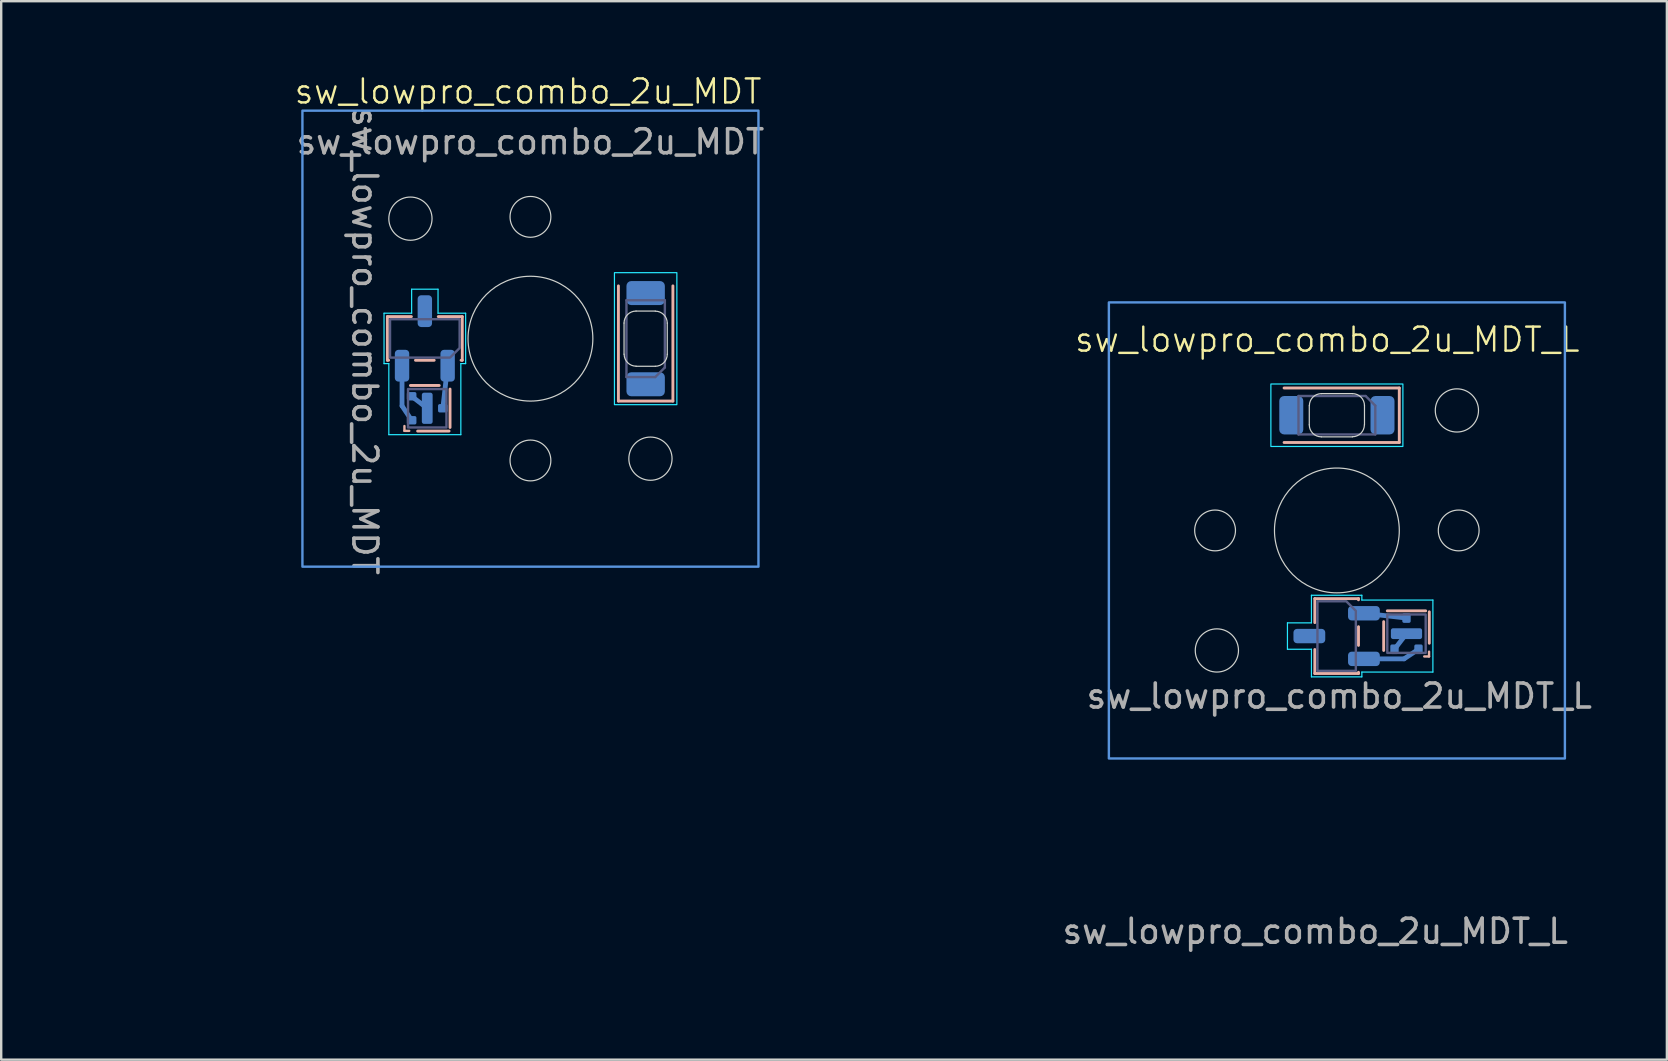
<source format=kicad_pcb>
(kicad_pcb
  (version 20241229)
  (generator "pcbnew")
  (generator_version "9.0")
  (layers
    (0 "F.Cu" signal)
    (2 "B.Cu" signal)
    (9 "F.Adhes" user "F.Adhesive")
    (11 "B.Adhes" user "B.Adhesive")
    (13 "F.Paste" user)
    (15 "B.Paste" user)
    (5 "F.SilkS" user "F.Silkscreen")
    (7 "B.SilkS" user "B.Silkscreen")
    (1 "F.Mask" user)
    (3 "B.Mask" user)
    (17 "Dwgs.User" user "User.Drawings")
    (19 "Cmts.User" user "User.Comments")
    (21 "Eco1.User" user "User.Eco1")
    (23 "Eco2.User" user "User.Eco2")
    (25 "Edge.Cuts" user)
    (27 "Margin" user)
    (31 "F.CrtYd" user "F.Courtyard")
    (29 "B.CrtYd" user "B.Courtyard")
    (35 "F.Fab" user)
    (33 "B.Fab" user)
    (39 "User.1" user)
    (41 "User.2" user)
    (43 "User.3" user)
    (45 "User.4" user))
  (footprint "sw_lowpro_combo_2u_MDT_L"
    (layer "F.Cu")
    (at 52.649 19.05)
    (property "Reference" "sw_lowpro_combo_2u_MDT_L" (at -0.4 -7.95 0) (unlocked yes) (layer "F.SilkS") (effects (font (size 1 1) (thickness 0.1))))
    (attr smd)
    (fp_line (start 1.127 3.45) (end 2.9 3.65) (stroke (width 0.2) (type default)) (layer "B.Cu"))
    (fp_line (start 2.4 4.95) (end 2.9 4.3) (stroke (width 0.2) (type default)) (layer "B.Cu"))
    (fp_line (start 2.8 5.35) (end 1.127 5.35) (stroke (width 0.2) (type solid)) (layer "B.Cu"))
    (fp_line (start 3.4 4.95) (end 2.8 5.35) (stroke (width 0.2) (type default)) (layer "B.Cu"))
    (fp_line (start -2.2 -5.935) (end 2.6 -5.935) (stroke (width 0.12) (type solid)) (layer "B.SilkS"))
    (fp_line (start -0.92 2.84) (end -0.92 3.84) (stroke (width 0.12) (type solid)) (layer "B.SilkS"))
    (fp_line (start -0.92 4.96) (end -0.92 5.96) (stroke (width 0.12) (type solid)) (layer "B.SilkS"))
    (fp_line (start -0.92 5.96) (end 0.9 5.96) (stroke (width 0.12) (type solid)) (layer "B.SilkS"))
    (fp_line (start 0.9 2.84) (end -0.92 2.84) (stroke (width 0.12) (type solid)) (layer "B.SilkS"))
    (fp_line (start 0.9 2.89) (end 0.9 2.84) (stroke (width 0.12) (type solid)) (layer "B.SilkS"))
    (fp_line (start 0.9 4.79) (end 0.9 4.01) (stroke (width 0.12) (type solid)) (layer "B.SilkS"))
    (fp_line (start 0.9 5.96) (end 0.9 5.91) (stroke (width 0.12) (type solid)) (layer "B.SilkS"))
    (fp_line (start 1.95 3.8) (end 1.95 5) (stroke (width 0.12) (type solid)) (layer "B.SilkS"))
    (fp_line (start 2.6 -5.935) (end 2.6 -3.665) (stroke (width 0.12) (type solid)) (layer "B.SilkS"))
    (fp_line (start 2.6 -3.665) (end -2.2 -3.665) (stroke (width 0.12) (type solid)) (layer "B.SilkS"))
    (fp_line (start 3.64 5.25) (end 3.84 5.25) (stroke (width 0.1) (type default)) (layer "B.SilkS"))
    (fp_line (start 3.7 3.35) (end 2.1 3.35) (stroke (width 0.12) (type solid)) (layer "B.SilkS"))
    (fp_line (start 3.84 5.25) (end 3.84 5.05) (stroke (width 0.1) (type default)) (layer "B.SilkS"))
    (fp_line (start 3.85 4.7) (end 3.85 3.39) (stroke (width 0.12) (type solid)) (layer "B.SilkS"))
    (fp_rect (start -9.5 -9.5) (end 9.5 9.5) (stroke (width 0.1) (type solid)) (fill no) (layer "Cmts.User"))
    (fp_circle (center 0 0) (end 2.5 0) (stroke (width 0.1) (type default)) (fill no) (layer "Eco1.User"))
    (fp_line (start -1.15 -5.2) (end -1.15 -4.4) (stroke (width 0.05) (type default)) (layer "Edge.Cuts"))
    (fp_line (start -0.65 -3.9) (end 0.65 -3.9) (stroke (width 0.05) (type solid)) (layer "Edge.Cuts"))
    (fp_line (start 0.65 -5.7) (end -0.65 -5.7) (stroke (width 0.05) (type solid)) (layer "Edge.Cuts"))
    (fp_line (start 1.15 -4.4) (end 1.15 -5.2) (stroke (width 0.05) (type solid)) (layer "Edge.Cuts"))
    (fp_arc (start -1.146447 -5.2) (mid -1 -5.553553) (end -0.646447 -5.7) (stroke (width 0.05) (type default)) (layer "Edge.Cuts"))
    (fp_arc (start -0.65 -3.9) (mid -1.003553 -4.046447) (end -1.15 -4.4) (stroke (width 0.05) (type default)) (layer "Edge.Cuts"))
    (fp_arc (start 0.650001 -5.700001) (mid 1.003554 -5.553554) (end 1.150001 -5.200001) (stroke (width 0.05) (type default)) (layer "Edge.Cuts"))
    (fp_arc (start 1.146447 -4.403553) (mid 1 -4.05) (end 0.646447 -3.903553) (stroke (width 0.05) (type default)) (layer "Edge.Cuts"))
    (fp_circle (center -5.075 0) (end -4.225 0) (stroke (width 0.05) (type solid)) (fill no) (layer "Edge.Cuts"))
    (fp_circle (center -5 5) (end -4.1 5) (stroke (width 0.05) (type solid)) (fill no) (layer "Edge.Cuts"))
    (fp_circle (center 0 0) (end 2.6 0) (stroke (width 0.05) (type solid)) (fill no) (layer "Edge.Cuts"))
    (fp_circle (center 5 -5) (end 5.9 -5) (stroke (width 0.05) (type solid)) (fill no) (layer "Edge.Cuts"))
    (fp_circle (center 5.075 0) (end 5.925 0) (stroke (width 0.05) (type solid)) (fill no) (layer "Edge.Cuts"))
    (fp_line (start -2.06 3.85) (end -2.06 4.95) (stroke (width 0.05) (type solid)) (layer "B.CrtYd"))
    (fp_line (start -2.06 4.95) (end -1.06 4.95) (stroke (width 0.05) (type solid)) (layer "B.CrtYd"))
    (fp_line (start -1.06 2.7) (end -1.06 3.85) (stroke (width 0.05) (type solid)) (layer "B.CrtYd"))
    (fp_line (start -1.06 3.85) (end -2.06 3.85) (stroke (width 0.05) (type solid)) (layer "B.CrtYd"))
    (fp_line (start -1.06 4.95) (end -1.06 6.1) (stroke (width 0.05) (type solid)) (layer "B.CrtYd"))
    (fp_line (start -1.06 6.1) (end 1.04 6.1) (stroke (width 0.05) (type solid)) (layer "B.CrtYd"))
    (fp_line (start 1.04 2.7) (end -1.06 2.7) (stroke (width 0.05) (type solid)) (layer "B.CrtYd"))
    (fp_line (start 1.04 2.9) (end 1.04 2.7) (stroke (width 0.05) (type solid)) (layer "B.CrtYd"))
    (fp_line (start 1.04 5.9) (end 4 5.9) (stroke (width 0.05) (type solid)) (layer "B.CrtYd"))
    (fp_line (start 1.04 6.1) (end 1.04 5.9) (stroke (width 0.05) (type solid)) (layer "B.CrtYd"))
    (fp_line (start 4 2.9) (end 1.04 2.9) (stroke (width 0.05) (type solid)) (layer "B.CrtYd"))
    (fp_line (start 4 5.9) (end 4 2.9) (stroke (width 0.05) (type solid)) (layer "B.CrtYd"))
    (fp_rect (start -2.75 -6.1) (end 2.75 -3.5) (stroke (width 0.05) (type solid)) (fill no) (layer "B.CrtYd"))
    (fp_line (start -1.6 -5.6) (end 1.2 -5.6) (stroke (width 0.1) (type solid)) (layer "B.Fab"))
    (fp_line (start -1.6 -4) (end -1.6 -5.6) (stroke (width 0.1) (type solid)) (layer "B.Fab"))
    (fp_line (start 1.2 -5.6) (end 1.6 -5.2) (stroke (width 0.1) (type solid)) (layer "B.Fab"))
    (fp_line (start 1.6 -5.2) (end 1.6 -4) (stroke (width 0.1) (type solid)) (layer "B.Fab"))
    (fp_line (start 1.6 -4) (end -1.6 -4) (stroke (width 0.1) (type solid)) (layer "B.Fab"))
    (fp_rect (start 2.1 3.5) (end 3.7 5.1) (stroke (width 0.1) (type solid)) (fill no) (layer "B.Fab"))
    (fp_poly (pts (xy 0.79 3.35) (xy 0.79 5.85) (xy -0.81 5.85) (xy -0.81 2.95) (xy 0.39 2.95)) (stroke (width 0.1) (type solid)) (fill no) (layer "B.Fab"))
    (fp_rect (start -9.5 -19) (end 9.5 19) (stroke (width 0.1) (type default)) (fill no) (layer "User.2"))
    (fp_rect (start -2.5 -6) (end 2.5 -3.5) (stroke (width 0.1) (type solid)) (fill no) (layer "User.2"))
    (fp_line (start -9.97 14.6) (end -9.97 9.4) (stroke (width 0.12) (type solid)) (layer "User.3"))
    (fp_line (start -9.9 -14.6) (end -9.9 -9.4) (stroke (width 0.12) (type solid)) (layer "User.3"))
    (fp_line (start -9.5 -15) (end 5.33 -15) (stroke (width 0.12) (type solid)) (layer "User.3"))
    (fp_line (start -9.5 -9) (end 5.33 -9) (stroke (width 0.12) (type solid)) (layer "User.3"))
    (fp_line (start -9.5 9) (end 5.33 9) (stroke (width 0.12) (type solid)) (layer "User.3"))
    (fp_line (start -9.5 15) (end 5.33 15) (stroke (width 0.12) (type solid)) (layer "User.3"))
    (fp_line (start 5.73 -9.4) (end 5.73 -14.6) (stroke (width 0.12) (type solid)) (layer "User.3"))
    (fp_line (start 5.73 14.6) (end 5.73 9.4) (stroke (width 0.12) (type solid)) (layer "User.3"))
    (fp_rect (start -9.5 -9.5) (end 9.5 9.5) (stroke (width 0.12) (type solid)) (fill no) (layer "User.3"))
    (fp_arc (start -9.97 9.4) (mid -9.852842 9.117157) (end -9.569999 9) (stroke (width 0.12) (type solid)) (layer "User.3"))
    (fp_arc (start -9.9 -14.6) (mid -9.782843 -14.882843) (end -9.5 -15) (stroke (width 0.12) (type solid)) (layer "User.3"))
    (fp_arc (start -9.57 15) (mid -9.852843 14.882842) (end -9.97 14.599999) (stroke (width 0.12) (type solid)) (layer "User.3"))
    (fp_arc (start -9.5 -9) (mid -9.782843 -9.117157) (end -9.9 -9.4) (stroke (width 0.12) (type solid)) (layer "User.3"))
    (fp_arc (start 5.33 -15) (mid 5.612843 -14.882843) (end 5.73 -14.6) (stroke (width 0.12) (type solid)) (layer "User.3"))
    (fp_arc (start 5.33 9) (mid 5.612843 9.117157) (end 5.73 9.4) (stroke (width 0.12) (type solid)) (layer "User.3"))
    (fp_arc (start 5.73 -9.4) (mid 5.612843 -9.117157) (end 5.33 -9) (stroke (width 0.12) (type solid)) (layer "User.3"))
    (fp_arc (start 5.73 14.6) (mid 5.612843 14.882843) (end 5.33 15) (stroke (width 0.12) (type solid)) (layer "User.3"))
    (fp_line (start -7 -7) (end 7 -7) (stroke (width 0.1) (type solid)) (layer "User.4"))
    (fp_line (start -7 7) (end -7 -7) (stroke (width 0.1) (type solid)) (layer "User.4"))
    (fp_line (start -1.905 4.3) (end 1.905 4.3) (stroke (width 0.1) (type solid)) (layer "User.4"))
    (fp_line (start 0 3.25) (end 0 5.75) (stroke (width 0.1) (type solid)) (layer "User.4"))
    (fp_line (start 7 -7) (end 7 7) (stroke (width 0.1) (type solid)) (layer "User.4"))
    (fp_line (start 7 7) (end -7 7) (stroke (width 0.1) (type solid)) (layer "User.4"))
    (fp_rect (start -1.905 3.3) (end 1.905 5.3) (stroke (width 0.1) (type solid)) (fill no) (layer "User.4"))
    (fp_circle (center 0 4.5) (end 1.25 4.5) (stroke (width 0.1) (type solid)) (fill no) (layer "User.4"))
    (fp_text user "${REFERENCE}" (at -0.9 16.7 180) (layer "F.Fab") (effects (font (size 1 1) (thickness 0.15))))
    (fp_text user "${REFERENCE}" (at 0.1 6.9 0) (unlocked yes) (layer "F.Fab") (effects (font (size 1 1) (thickness 0.15))))
    (pad "1" smd roundrect (at 1.127 3.45) (size 1.325 0.6) (layers "B.Cu" "B.Mask" "B.Paste") (roundrect_rratio 0.25))
    (pad "1" smd roundrect (at 2.9 3.65 270) (size 0.4 0.35) (layers "B.Cu" "B.Mask" "B.Paste") (roundrect_rratio 0.2))
    (pad "2" smd roundrect (at 1.127 5.35) (size 1.325 0.6) (layers "B.Cu" "B.Mask" "B.Paste") (roundrect_rratio 0.25))
    (pad "2" smd roundrect (at 3.4 4.95 270) (size 0.4 0.35) (layers "B.Cu" "B.Mask" "B.Paste") (roundrect_rratio 0.2))
    (pad "3" smd roundrect (at -1.147 4.4) (size 1.325 0.6) (layers "B.Cu" "B.Mask" "B.Paste") (roundrect_rratio 0.25))
    (pad "3" smd roundrect (at 2.4 4.95 270) (size 0.4 0.35) (layers "B.Cu" "B.Mask" "B.Paste") (roundrect_rratio 0.2))
    (pad "3" smd roundrect (at 2.9 4.3 270) (size 0.45 1.3) (layers "B.Cu" "B.Mask" "B.Paste") (roundrect_rratio 0.2))
    (pad "4" smd roundrect (at 1.9 -4.8) (size 1 1.6) (layers "B.Cu" "B.Mask" "B.Paste") (roundrect_rratio 0.2))
    (pad "5" smd roundrect (at -1.9 -4.8) (size 1 1.6) (layers "B.Cu" "B.Mask" "B.Paste") (roundrect_rratio 0.2))
    (zone (net_name "") (layers "F.Cu" "B.Cu") (hatch edge 0.5) (connect_pads) (min_thickness 0.25) (filled_areas_thickness no) (keepout (tracks allowed) (vias allowed) (pads allowed) (copperpour not_allowed) (footprints allowed)) (placement (enabled no)) (fill) (polygon (pts (xy 45.649 19.05) (xy 59.649 19.05) (xy 59.649 28.55) (xy 45.649 28.55))))
    (zone (net_name "") (layer "User.6") (hatch edge 0.5) (connect_pads) (min_thickness 0.25) (filled_areas_thickness no) (keepout (tracks allowed) (vias allowed) (pads allowed) (copperpour not_allowed) (footprints allowed)) (placement (enabled no)) (fill) (polygon (pts (xy 45.649 19.05) (xy 59.649 19.05) (xy 59.649 28.55) (xy 45.749 28.55)))))
  (footprint "sw_lowpro_combo_2u_MDT"
    (layer "F.Cu")
    (at 19.05 11.06)
    (property "Reference" "sw_lowpro_combo_2u_MDT" (at -0.1 -10.3 0) (unlocked yes) (layer "F.SilkS") (effects (font (size 1 1) (thickness 0.1))))
    (attr smd)
    (fp_line (start -5.35 2.8) (end -5.35 1.127) (stroke (width 0.2) (type solid)) (layer "B.Cu"))
    (fp_line (start -4.95 2.4) (end -4.3 2.9) (stroke (width 0.2) (type default)) (layer "B.Cu"))
    (fp_line (start -4.95 3.4) (end -5.35 2.8) (stroke (width 0.2) (type default)) (layer "B.Cu"))
    (fp_line (start -3.45 1.127) (end -3.65 2.9) (stroke (width 0.2) (type default)) (layer "B.Cu"))
    (fp_line (start -5.96 -0.92) (end -5.96 0.9) (stroke (width 0.12) (type solid)) (layer "B.SilkS"))
    (fp_line (start -5.96 0.9) (end -5.91 0.9) (stroke (width 0.12) (type solid)) (layer "B.SilkS"))
    (fp_line (start -5.25 3.64) (end -5.25 3.84) (stroke (width 0.1) (type default)) (layer "B.SilkS"))
    (fp_line (start -5.25 3.84) (end -5.05 3.84) (stroke (width 0.1) (type default)) (layer "B.SilkS"))
    (fp_line (start -4.96 -0.92) (end -5.96 -0.92) (stroke (width 0.12) (type solid)) (layer "B.SilkS"))
    (fp_line (start -4.79 0.9) (end -4.01 0.9) (stroke (width 0.12) (type solid)) (layer "B.SilkS"))
    (fp_line (start -4.7 3.85) (end -3.39 3.85) (stroke (width 0.12) (type solid)) (layer "B.SilkS"))
    (fp_line (start -3.8 1.95) (end -5 1.95) (stroke (width 0.12) (type solid)) (layer "B.SilkS"))
    (fp_line (start -3.35 3.7) (end -3.35 2.1) (stroke (width 0.12) (type solid)) (layer "B.SilkS"))
    (fp_line (start -2.89 0.9) (end -2.84 0.9) (stroke (width 0.12) (type solid)) (layer "B.SilkS"))
    (fp_line (start -2.84 -0.92) (end -3.84 -0.92) (stroke (width 0.12) (type solid)) (layer "B.SilkS"))
    (fp_line (start -2.84 0.9) (end -2.84 -0.92) (stroke (width 0.12) (type solid)) (layer "B.SilkS"))
    (fp_line (start 3.665 2.6) (end 3.665 -2.2) (stroke (width 0.12) (type solid)) (layer "B.SilkS"))
    (fp_line (start 5.935 -2.2) (end 5.935 2.6) (stroke (width 0.12) (type solid)) (layer "B.SilkS"))
    (fp_line (start 5.935 2.6) (end 3.665 2.6) (stroke (width 0.12) (type solid)) (layer "B.SilkS"))
    (fp_rect (start -9.5 -9.5) (end 9.5 9.5) (stroke (width 0.1) (type solid)) (fill no) (layer "Cmts.User"))
    (fp_circle (center 0 0) (end 0 2.5) (stroke (width 0.1) (type default)) (fill no) (layer "Eco1.User"))
    (fp_line (start 3.9 -0.65) (end 3.9 0.65) (stroke (width 0.05) (type solid)) (layer "Edge.Cuts"))
    (fp_line (start 4.4 1.15) (end 5.2 1.15) (stroke (width 0.05) (type solid)) (layer "Edge.Cuts"))
    (fp_line (start 5.2 -1.15) (end 4.4 -1.15) (stroke (width 0.05) (type default)) (layer "Edge.Cuts"))
    (fp_line (start 5.7 0.65) (end 5.7 -0.65) (stroke (width 0.05) (type solid)) (layer "Edge.Cuts"))
    (fp_arc (start 3.9 -0.65) (mid 4.046447 -1.003553) (end 4.4 -1.15) (stroke (width 0.05) (type default)) (layer "Edge.Cuts"))
    (fp_arc (start 4.403553 1.146447) (mid 4.05 1) (end 3.903553 0.646447) (stroke (width 0.05) (type default)) (layer "Edge.Cuts"))
    (fp_arc (start 5.2 -1.146447) (mid 5.553553 -1) (end 5.7 -0.646447) (stroke (width 0.05) (type default)) (layer "Edge.Cuts"))
    (fp_arc (start 5.700001 0.650001) (mid 5.553554 1.003554) (end 5.200001 1.150001) (stroke (width 0.05) (type default)) (layer "Edge.Cuts"))
    (fp_circle (center -5 -5) (end -5 -4.1) (stroke (width 0.05) (type solid)) (fill no) (layer "Edge.Cuts"))
    (fp_circle (center 0 -5.075) (end 0 -4.225) (stroke (width 0.05) (type solid)) (fill no) (layer "Edge.Cuts"))
    (fp_circle (center 0 0) (end 0 2.6) (stroke (width 0.05) (type solid)) (fill no) (layer "Edge.Cuts"))
    (fp_circle (center 0 5.075) (end 0 5.925) (stroke (width 0.05) (type solid)) (fill no) (layer "Edge.Cuts"))
    (fp_circle (center 5 5) (end 5 5.9) (stroke (width 0.05) (type solid)) (fill no) (layer "Edge.Cuts"))
    (fp_line (start -6.1 -1.06) (end -6.1 1.04) (stroke (width 0.05) (type solid)) (layer "B.CrtYd"))
    (fp_line (start -6.1 1.04) (end -5.9 1.04) (stroke (width 0.05) (type solid)) (layer "B.CrtYd"))
    (fp_line (start -5.9 1.04) (end -5.9 4) (stroke (width 0.05) (type solid)) (layer "B.CrtYd"))
    (fp_line (start -5.9 4) (end -2.9 4) (stroke (width 0.05) (type solid)) (layer "B.CrtYd"))
    (fp_line (start -4.95 -2.06) (end -4.95 -1.06) (stroke (width 0.05) (type solid)) (layer "B.CrtYd"))
    (fp_line (start -4.95 -1.06) (end -6.1 -1.06) (stroke (width 0.05) (type solid)) (layer "B.CrtYd"))
    (fp_line (start -3.85 -2.06) (end -4.95 -2.06) (stroke (width 0.05) (type solid)) (layer "B.CrtYd"))
    (fp_line (start -3.85 -1.06) (end -3.85 -2.06) (stroke (width 0.05) (type solid)) (layer "B.CrtYd"))
    (fp_line (start -2.9 1.04) (end -2.7 1.04) (stroke (width 0.05) (type solid)) (layer "B.CrtYd"))
    (fp_line (start -2.9 4) (end -2.9 1.04) (stroke (width 0.05) (type solid)) (layer "B.CrtYd"))
    (fp_line (start -2.7 -1.06) (end -3.85 -1.06) (stroke (width 0.05) (type solid)) (layer "B.CrtYd"))
    (fp_line (start -2.7 1.04) (end -2.7 -1.06) (stroke (width 0.05) (type solid)) (layer "B.CrtYd"))
    (fp_rect (start 3.5 -2.75) (end 6.1 2.75) (stroke (width 0.05) (type solid)) (fill no) (layer "B.CrtYd"))
    (fp_line (start 4 -1.6) (end 5.6 -1.6) (stroke (width 0.1) (type solid)) (layer "B.Fab"))
    (fp_line (start 4 1.6) (end 4 -1.6) (stroke (width 0.1) (type solid)) (layer "B.Fab"))
    (fp_line (start 5.2 1.6) (end 4 1.6) (stroke (width 0.1) (type solid)) (layer "B.Fab"))
    (fp_line (start 5.6 -1.6) (end 5.6 1.2) (stroke (width 0.1) (type solid)) (layer "B.Fab"))
    (fp_line (start 5.6 1.2) (end 5.2 1.6) (stroke (width 0.1) (type solid)) (layer "B.Fab"))
    (fp_rect (start -5.1 2.1) (end -3.5 3.7) (stroke (width 0.1) (type solid)) (fill no) (layer "B.Fab"))
    (fp_poly (pts (xy -3.35 0.79) (xy -5.85 0.79) (xy -5.85 -0.81) (xy -2.95 -0.81) (xy -2.95 0.39)) (stroke (width 0.1) (type solid)) (fill no) (layer "B.Fab"))
    (fp_rect (start -19 -9.5) (end 19 9.5) (stroke (width 0.1) (type default)) (fill no) (layer "User.2"))
    (fp_rect (start 3.5 -2.5) (end 6 2.5) (stroke (width 0.1) (type solid)) (fill no) (layer "User.2"))
    (fp_line (start -15 -9.5) (end -15 5.33) (stroke (width 0.12) (type solid)) (layer "User.3"))
    (fp_line (start -14.6 5.73) (end -9.4 5.73) (stroke (width 0.12) (type solid)) (layer "User.3"))
    (fp_line (start -14.6 -9.97) (end -9.4 -9.97) (stroke (width 0.12) (type solid)) (layer "User.3"))
    (fp_line (start -9 -9.5) (end -9 5.33) (stroke (width 0.12) (type solid)) (layer "User.3"))
    (fp_line (start 9 -9.5) (end 9 5.33) (stroke (width 0.12) (type solid)) (layer "User.3"))
    (fp_line (start 9.4 5.73) (end 14.6 5.73) (stroke (width 0.12) (type solid)) (layer "User.3"))
    (fp_line (start 14.6 -9.9) (end 9.4 -9.9) (stroke (width 0.12) (type solid)) (layer "User.3"))
    (fp_line (start 15 -9.5) (end 15 5.33) (stroke (width 0.12) (type solid)) (layer "User.3"))
    (fp_rect (start 9.5 -9.5) (end -9.5 9.5) (stroke (width 0.12) (type solid)) (fill no) (layer "User.3"))
    (fp_arc (start -15 -9.57) (mid -14.882842 -9.852843) (end -14.599999 -9.97) (stroke (width 0.12) (type solid)) (layer "User.3"))
    (fp_arc (start -14.6 5.73) (mid -14.882843 5.612843) (end -15 5.33) (stroke (width 0.12) (type solid)) (layer "User.3"))
    (fp_arc (start -9.4 -9.97) (mid -9.117157 -9.852842) (end -9 -9.569999) (stroke (width 0.12) (type solid)) (layer "User.3"))
    (fp_arc (start -9 5.33) (mid -9.117157 5.612843) (end -9.4 5.73) (stroke (width 0.12) (type solid)) (layer "User.3"))
    (fp_arc (start 9 -9.5) (mid 9.117157 -9.782843) (end 9.4 -9.9) (stroke (width 0.12) (type solid)) (layer "User.3"))
    (fp_arc (start 9.4 5.73) (mid 9.117157 5.612843) (end 9 5.33) (stroke (width 0.12) (type solid)) (layer "User.3"))
    (fp_arc (start 14.6 -9.9) (mid 14.882843 -9.782843) (end 15 -9.5) (stroke (width 0.12) (type solid)) (layer "User.3"))
    (fp_arc (start 15 5.33) (mid 14.882843 5.612843) (end 14.6 5.73) (stroke (width 0.12) (type solid)) (layer "User.3"))
    (fp_line (start -7 -7) (end 7 -7) (stroke (width 0.1) (type solid)) (layer "User.4"))
    (fp_line (start -7 7) (end -7 -7) (stroke (width 0.1) (type solid)) (layer "User.4"))
    (fp_line (start -4.3 -1.905) (end -4.3 1.905) (stroke (width 0.1) (type solid)) (layer "User.4"))
    (fp_line (start -3.25 0) (end -5.75 0) (stroke (width 0.1) (type solid)) (layer "User.4"))
    (fp_line (start 7 -7) (end 7 7) (stroke (width 0.1) (type solid)) (layer "User.4"))
    (fp_line (start 7 7) (end -7 7) (stroke (width 0.1) (type solid)) (layer "User.4"))
    (fp_rect (start -5.3 -1.905) (end -3.3 1.905) (stroke (width 0.1) (type solid)) (fill no) (layer "User.4"))
    (fp_circle (center -4.5 0) (end -4.5 1.25) (stroke (width 0.1) (type solid)) (fill no) (layer "User.4"))
    (fp_text user "${REFERENCE}" (at -6.9 0.1 270) (unlocked yes) (layer "F.Fab") (effects (font (size 1 1) (thickness 0.15))))
    (fp_text user "${REFERENCE}" (at 0 -8.2 0) (layer "F.Fab") (effects (font (size 1 1) (thickness 0.15))))
    (pad "1" smd roundrect (at -3.65 2.9 180) (size 0.4 0.35) (layers "B.Cu" "B.Mask" "B.Paste") (roundrect_rratio 0.2))
    (pad "1" smd roundrect (at -3.45 1.127 270) (size 1.325 0.6) (layers "B.Cu" "B.Mask" "B.Paste") (roundrect_rratio 0.25))
    (pad "2" smd roundrect (at -5.35 1.127 270) (size 1.325 0.6) (layers "B.Cu" "B.Mask" "B.Paste") (roundrect_rratio 0.25))
    (pad "2" smd roundrect (at -4.95 3.4 180) (size 0.4 0.35) (layers "B.Cu" "B.Mask" "B.Paste") (roundrect_rratio 0.2))
    (pad "3" smd roundrect (at -4.95 2.4 180) (size 0.4 0.35) (layers "B.Cu" "B.Mask" "B.Paste") (roundrect_rratio 0.2))
    (pad "3" smd roundrect (at -4.4 -1.147 270) (size 1.325 0.6) (layers "B.Cu" "B.Mask" "B.Paste") (roundrect_rratio 0.25))
    (pad "3" smd roundrect (at -4.3 2.9 180) (size 0.45 1.3) (layers "B.Cu" "B.Mask" "B.Paste") (roundrect_rratio 0.2))
    (pad "4" smd roundrect (at 4.8 1.9 270) (size 1 1.6) (layers "B.Cu" "B.Mask" "B.Paste") (roundrect_rratio 0.2))
    (pad "5" smd roundrect (at 4.8 -1.9 270) (size 1 1.6) (layers "B.Cu" "B.Mask" "B.Paste") (roundrect_rratio 0.2))
    (zone (net_name "") (layers "F.Cu" "B.Cu") (hatch edge 0.5) (connect_pads) (min_thickness 0.25) (filled_areas_thickness no) (keepout (tracks allowed) (vias allowed) (pads allowed) (copperpour not_allowed) (footprints allowed)) (placement (enabled no)) (fill) (polygon (pts (xy 19.05 4.061) (xy 19.05 18.061) (xy 9.55 18.061) (xy 9.55 4.061))))
    (zone (net_name "") (layer "User.6") (hatch edge 0.5) (connect_pads) (min_thickness 0.25) (filled_areas_thickness no) (keepout (tracks allowed) (vias allowed) (pads allowed) (copperpour not_allowed) (footprints allowed)) (placement (enabled no)) (fill) (polygon (pts (xy 19.05 4.061) (xy 19.05 18.061) (xy 9.55 18.061) (xy 9.55 4.16)))))
  (gr_rect
    (start -3 -3)
    (end 66.398 41.1)
    (stroke (width 0.1) (type default))
    (fill no)
    (layer "Edge.Cuts")))
</source>
